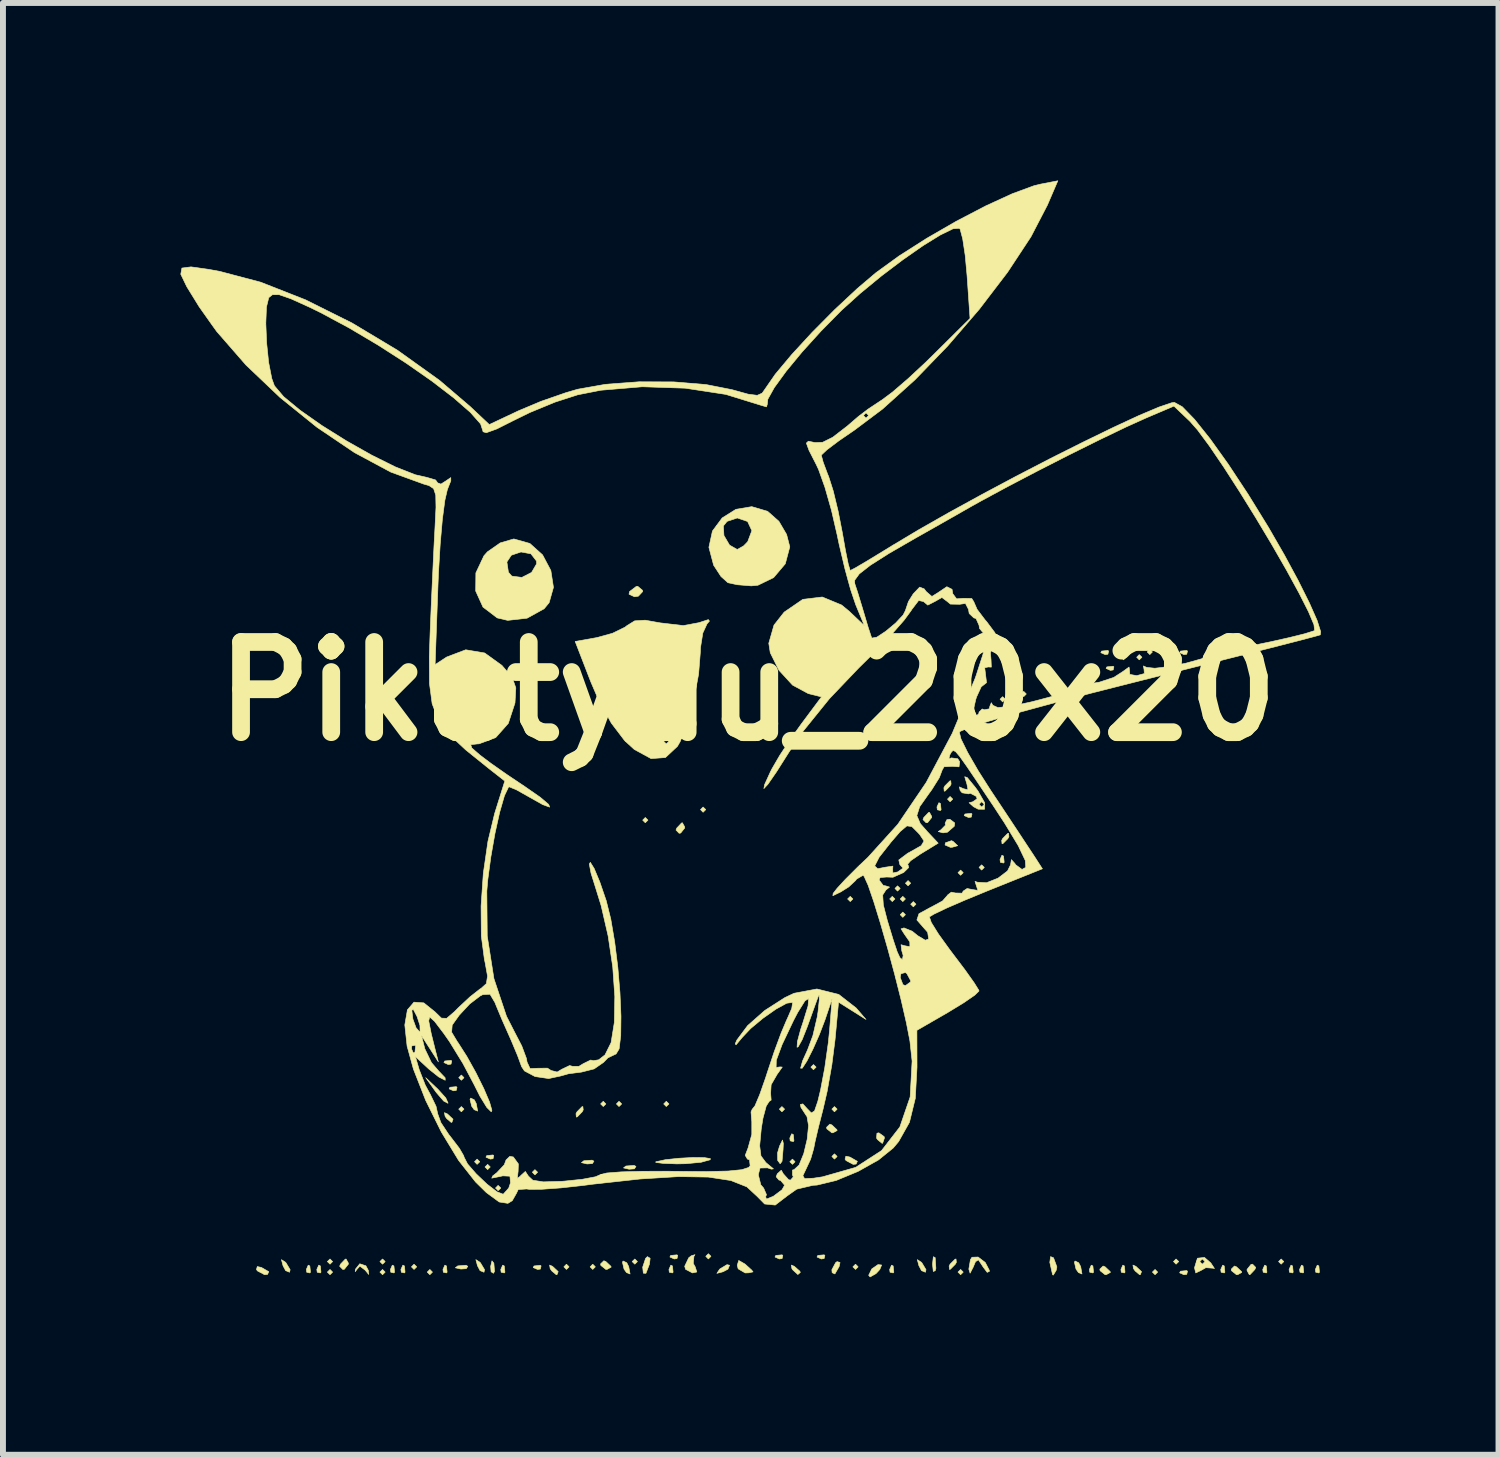
<source format=kicad_pcb>
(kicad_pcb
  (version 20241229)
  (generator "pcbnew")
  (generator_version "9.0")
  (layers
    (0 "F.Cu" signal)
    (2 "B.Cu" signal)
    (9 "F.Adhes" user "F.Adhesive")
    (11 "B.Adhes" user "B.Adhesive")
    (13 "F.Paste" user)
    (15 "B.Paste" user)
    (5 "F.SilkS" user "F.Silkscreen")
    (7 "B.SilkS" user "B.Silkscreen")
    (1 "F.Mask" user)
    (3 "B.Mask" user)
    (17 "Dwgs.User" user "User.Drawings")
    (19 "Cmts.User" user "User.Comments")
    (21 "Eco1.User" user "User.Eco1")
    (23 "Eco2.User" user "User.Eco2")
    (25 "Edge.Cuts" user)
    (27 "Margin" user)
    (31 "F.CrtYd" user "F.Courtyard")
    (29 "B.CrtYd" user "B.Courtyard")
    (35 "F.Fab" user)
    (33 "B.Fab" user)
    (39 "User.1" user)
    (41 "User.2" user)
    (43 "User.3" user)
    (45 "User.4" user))
  (footprint "Pikatyuu_20x20"
    (layer "F.Cu")
    (at 9.587 8.634)
    (property "Reference" "Pikatyuu_20x20" (at 0 0 0) (layer "F.SilkS") (effects (font (size 1.524 1.524) (thickness 0.3))))
    (attr through_hole)
    (fp_poly (pts (xy -7.016 9.636) (xy -7.06 9.68) (xy -7.105 9.636) (xy -7.06 9.592) (xy -7.016 9.636)) (stroke (width 0.01) (type solid)) (fill yes) (layer "F.SilkS"))
    (fp_poly (pts (xy -7.016 9.814) (xy -7.06 9.858) (xy -7.105 9.814) (xy -7.06 9.769) (xy -7.016 9.814)) (stroke (width 0.01) (type solid)) (fill yes) (layer "F.SilkS"))
    (fp_poly (pts (xy -6.128 9.636) (xy -6.172 9.68) (xy -6.217 9.636) (xy -6.172 9.592) (xy -6.128 9.636)) (stroke (width 0.01) (type solid)) (fill yes) (layer "F.SilkS"))
    (fp_poly (pts (xy -6.128 9.814) (xy -6.172 9.858) (xy -6.217 9.814) (xy -6.172 9.769) (xy -6.128 9.814)) (stroke (width 0.01) (type solid)) (fill yes) (layer "F.SilkS"))
    (fp_poly (pts (xy -5.595 9.725) (xy -5.64 9.769) (xy -5.684 9.725) (xy -5.64 9.68) (xy -5.595 9.725)) (stroke (width 0.01) (type solid)) (fill yes) (layer "F.SilkS"))
    (fp_poly (pts (xy -5.329 9.814) (xy -5.373 9.858) (xy -5.417 9.814) (xy -5.373 9.769) (xy -5.329 9.814)) (stroke (width 0.01) (type solid)) (fill yes) (layer "F.SilkS"))
    (fp_poly (pts (xy -4.796 6.528) (xy -4.84 6.572) (xy -4.885 6.528) (xy -4.84 6.483) (xy -4.796 6.528)) (stroke (width 0.01) (type solid)) (fill yes) (layer "F.SilkS"))
    (fp_poly (pts (xy -4.796 7.06) (xy -4.84 7.105) (xy -4.885 7.06) (xy -4.84 7.016) (xy -4.796 7.06)) (stroke (width 0.01) (type solid)) (fill yes) (layer "F.SilkS"))
    (fp_poly (pts (xy -4.529 7.949) (xy -4.574 7.993) (xy -4.618 7.949) (xy -4.574 7.904) (xy -4.529 7.949)) (stroke (width 0.01) (type solid)) (fill yes) (layer "F.SilkS"))
    (fp_poly (pts (xy -4.352 8.037) (xy -4.396 8.082) (xy -4.441 8.037) (xy -4.396 7.993) (xy -4.352 8.037)) (stroke (width 0.01) (type solid)) (fill yes) (layer "F.SilkS"))
    (fp_poly (pts (xy -4.174 8.393) (xy -4.219 8.437) (xy -4.263 8.393) (xy -4.219 8.348) (xy -4.174 8.393)) (stroke (width 0.01) (type solid)) (fill yes) (layer "F.SilkS"))
    (fp_poly (pts (xy -3.552 8.126) (xy -3.597 8.171) (xy -3.641 8.126) (xy -3.597 8.082) (xy -3.552 8.126)) (stroke (width 0.01) (type solid)) (fill yes) (layer "F.SilkS"))
    (fp_poly (pts (xy -3.02 9.725) (xy -3.064 9.769) (xy -3.108 9.725) (xy -3.064 9.68) (xy -3.02 9.725)) (stroke (width 0.01) (type solid)) (fill yes) (layer "F.SilkS"))
    (fp_poly (pts (xy -2.576 9.725) (xy -2.62 9.769) (xy -2.664 9.725) (xy -2.62 9.68) (xy -2.576 9.725)) (stroke (width 0.01) (type solid)) (fill yes) (layer "F.SilkS"))
    (fp_poly (pts (xy -2.398 6.972) (xy -2.442 7.016) (xy -2.487 6.972) (xy -2.442 6.927) (xy -2.398 6.972)) (stroke (width 0.01) (type solid)) (fill yes) (layer "F.SilkS"))
    (fp_poly (pts (xy -2.131 6.972) (xy -2.176 7.016) (xy -2.22 6.972) (xy -2.176 6.927) (xy -2.131 6.972)) (stroke (width 0.01) (type solid)) (fill yes) (layer "F.SilkS"))
    (fp_poly (pts (xy -1.865 9.636) (xy -1.909 9.68) (xy -1.954 9.636) (xy -1.909 9.592) (xy -1.865 9.636)) (stroke (width 0.01) (type solid)) (fill yes) (layer "F.SilkS"))
    (fp_poly (pts (xy -1.687 2.176) (xy -1.732 2.22) (xy -1.776 2.176) (xy -1.732 2.131) (xy -1.687 2.176)) (stroke (width 0.01) (type solid)) (fill yes) (layer "F.SilkS"))
    (fp_poly (pts (xy -1.332 6.972) (xy -1.377 7.016) (xy -1.421 6.972) (xy -1.377 6.927) (xy -1.332 6.972)) (stroke (width 0.01) (type solid)) (fill yes) (layer "F.SilkS"))
    (fp_poly (pts (xy -0.71 1.998) (xy -0.755 2.043) (xy -0.799 1.998) (xy -0.755 1.954) (xy -0.71 1.998)) (stroke (width 0.01) (type solid)) (fill yes) (layer "F.SilkS"))
    (fp_poly (pts (xy -0.622 9.547) (xy -0.666 9.592) (xy -0.71 9.547) (xy -0.666 9.503) (xy -0.622 9.547)) (stroke (width 0.01) (type solid)) (fill yes) (layer "F.SilkS"))
    (fp_poly (pts (xy 0.622 7.06) (xy 0.577 7.105) (xy 0.533 7.06) (xy 0.577 7.016) (xy 0.622 7.06)) (stroke (width 0.01) (type solid)) (fill yes) (layer "F.SilkS"))
    (fp_poly (pts (xy 0.799 7.949) (xy 0.755 7.993) (xy 0.71 7.949) (xy 0.755 7.904) (xy 0.799 7.949)) (stroke (width 0.01) (type solid)) (fill yes) (layer "F.SilkS"))
    (fp_poly (pts (xy 1.155 6.35) (xy 1.11 6.394) (xy 1.066 6.35) (xy 1.11 6.306) (xy 1.155 6.35)) (stroke (width 0.01) (type solid)) (fill yes) (layer "F.SilkS"))
    (fp_poly (pts (xy 1.51 7.06) (xy 1.465 7.105) (xy 1.421 7.06) (xy 1.465 7.016) (xy 1.51 7.06)) (stroke (width 0.01) (type solid)) (fill yes) (layer "F.SilkS"))
    (fp_poly (pts (xy 1.51 7.86) (xy 1.465 7.904) (xy 1.421 7.86) (xy 1.465 7.815) (xy 1.51 7.86)) (stroke (width 0.01) (type solid)) (fill yes) (layer "F.SilkS"))
    (fp_poly (pts (xy 1.776 3.508) (xy 1.732 3.552) (xy 1.687 3.508) (xy 1.732 3.464) (xy 1.776 3.508)) (stroke (width 0.01) (type solid)) (fill yes) (layer "F.SilkS"))
    (fp_poly (pts (xy 1.865 9.725) (xy 1.821 9.769) (xy 1.776 9.725) (xy 1.821 9.68) (xy 1.865 9.725)) (stroke (width 0.01) (type solid)) (fill yes) (layer "F.SilkS"))
    (fp_poly (pts (xy 2.487 3.508) (xy 2.442 3.552) (xy 2.398 3.508) (xy 2.442 3.464) (xy 2.487 3.508)) (stroke (width 0.01) (type solid)) (fill yes) (layer "F.SilkS"))
    (fp_poly (pts (xy 2.576 3.33) (xy 2.531 3.375) (xy 2.487 3.33) (xy 2.531 3.286) (xy 2.576 3.33)) (stroke (width 0.01) (type solid)) (fill yes) (layer "F.SilkS"))
    (fp_poly (pts (xy 2.664 3.508) (xy 2.62 3.552) (xy 2.576 3.508) (xy 2.62 3.464) (xy 2.664 3.508)) (stroke (width 0.01) (type solid)) (fill yes) (layer "F.SilkS"))
    (fp_poly (pts (xy 2.664 3.774) (xy 2.62 3.819) (xy 2.576 3.774) (xy 2.62 3.73) (xy 2.664 3.774)) (stroke (width 0.01) (type solid)) (fill yes) (layer "F.SilkS"))
    (fp_poly (pts (xy 2.753 3.242) (xy 2.709 3.286) (xy 2.664 3.242) (xy 2.709 3.197) (xy 2.753 3.242)) (stroke (width 0.01) (type solid)) (fill yes) (layer "F.SilkS"))
    (fp_poly (pts (xy 2.842 3.597) (xy 2.798 3.641) (xy 2.753 3.597) (xy 2.798 3.552) (xy 2.842 3.597)) (stroke (width 0.01) (type solid)) (fill yes) (layer "F.SilkS"))
    (fp_poly (pts (xy 3.464 1.821) (xy 3.419 1.865) (xy 3.375 1.821) (xy 3.419 1.776) (xy 3.464 1.821)) (stroke (width 0.01) (type solid)) (fill yes) (layer "F.SilkS"))
    (fp_poly (pts (xy 3.641 3.064) (xy 3.597 3.108) (xy 3.552 3.064) (xy 3.597 3.02) (xy 3.641 3.064)) (stroke (width 0.01) (type solid)) (fill yes) (layer "F.SilkS"))
    (fp_poly (pts (xy 3.641 9.814) (xy 3.597 9.858) (xy 3.552 9.814) (xy 3.597 9.769) (xy 3.641 9.814)) (stroke (width 0.01) (type solid)) (fill yes) (layer "F.SilkS"))
    (fp_poly (pts (xy 3.997 2.975) (xy 3.952 3.02) (xy 3.908 2.975) (xy 3.952 2.931) (xy 3.997 2.975)) (stroke (width 0.01) (type solid)) (fill yes) (layer "F.SilkS"))
    (fp_poly (pts (xy 4.352 0.133) (xy 4.307 0.178) (xy 4.263 0.133) (xy 4.307 0.089) (xy 4.352 0.133)) (stroke (width 0.01) (type solid)) (fill yes) (layer "F.SilkS"))
    (fp_poly (pts (xy 4.707 0.044) (xy 4.663 0.089) (xy 4.618 0.044) (xy 4.663 0) (xy 4.707 0.044)) (stroke (width 0.01) (type solid)) (fill yes) (layer "F.SilkS"))
    (fp_poly (pts (xy 5.773 -0.4) (xy 5.728 -0.355) (xy 5.684 -0.4) (xy 5.728 -0.444) (xy 5.773 -0.4)) (stroke (width 0.01) (type solid)) (fill yes) (layer "F.SilkS"))
    (fp_poly (pts (xy 5.95 -0.311) (xy 5.906 -0.266) (xy 5.862 -0.311) (xy 5.906 -0.355) (xy 5.95 -0.311)) (stroke (width 0.01) (type solid)) (fill yes) (layer "F.SilkS"))
    (fp_poly (pts (xy 6.394 -0.577) (xy 6.35 -0.533) (xy 6.306 -0.577) (xy 6.35 -0.622) (xy 6.394 -0.577)) (stroke (width 0.01) (type solid)) (fill yes) (layer "F.SilkS"))
    (fp_poly (pts (xy 6.661 -0.577) (xy 6.616 -0.533) (xy 6.572 -0.577) (xy 6.616 -0.622) (xy 6.661 -0.577)) (stroke (width 0.01) (type solid)) (fill yes) (layer "F.SilkS"))
    (fp_poly (pts (xy 6.838 -0.666) (xy 6.794 -0.622) (xy 6.75 -0.666) (xy 6.794 -0.71) (xy 6.838 -0.666)) (stroke (width 0.01) (type solid)) (fill yes) (layer "F.SilkS"))
    (fp_poly (pts (xy 6.927 9.814) (xy 6.883 9.858) (xy 6.838 9.814) (xy 6.883 9.769) (xy 6.927 9.814)) (stroke (width 0.01) (type solid)) (fill yes) (layer "F.SilkS"))
    (fp_poly (pts (xy 7.283 9.636) (xy 7.238 9.68) (xy 7.194 9.636) (xy 7.238 9.592) (xy 7.283 9.636)) (stroke (width 0.01) (type solid)) (fill yes) (layer "F.SilkS"))
    (fp_poly (pts (xy 9.059 9.636) (xy 9.014 9.68) (xy 8.97 9.636) (xy 9.014 9.592) (xy 9.059 9.636)) (stroke (width 0.01) (type solid)) (fill yes) (layer "F.SilkS"))
    (fp_poly (pts (xy -7.401 9.71) (xy -7.39 9.815) (xy -7.401 9.828) (xy -7.454 9.816) (xy -7.46 9.769) (xy -7.428 9.696) (xy -7.401 9.71)) (stroke (width 0.01) (type solid)) (fill yes) (layer "F.SilkS"))
    (fp_poly (pts (xy -7.223 9.71) (xy -7.213 9.815) (xy -7.223 9.828) (xy -7.276 9.816) (xy -7.283 9.769) (xy -7.25 9.696) (xy -7.223 9.71)) (stroke (width 0.01) (type solid)) (fill yes) (layer "F.SilkS"))
    (fp_poly (pts (xy -5.98 9.71) (xy -5.969 9.815) (xy -5.98 9.828) (xy -6.033 9.816) (xy -6.039 9.769) (xy -6.007 9.696) (xy -5.98 9.71)) (stroke (width 0.01) (type solid)) (fill yes) (layer "F.SilkS"))
    (fp_poly (pts (xy -5.802 9.71) (xy -5.792 9.815) (xy -5.802 9.828) (xy -5.855 9.816) (xy -5.862 9.769) (xy -5.829 9.696) (xy -5.802 9.71)) (stroke (width 0.01) (type solid)) (fill yes) (layer "F.SilkS"))
    (fp_poly (pts (xy -5.092 9.71) (xy -5.081 9.815) (xy -5.092 9.828) (xy -5.145 9.816) (xy -5.151 9.769) (xy -5.119 9.696) (xy -5.092 9.71)) (stroke (width 0.01) (type solid)) (fill yes) (layer "F.SilkS"))
    (fp_poly (pts (xy -5.003 6.246) (xy -5.015 6.299) (xy -5.062 6.306) (xy -5.135 6.273) (xy -5.121 6.246) (xy -5.016 6.236) (xy -5.003 6.246)) (stroke (width 0.01) (type solid)) (fill yes) (layer "F.SilkS"))
    (fp_poly (pts (xy -4.914 6.69) (xy -4.926 6.743) (xy -4.973 6.75) (xy -5.047 6.717) (xy -5.033 6.69) (xy -4.927 6.68) (xy -4.914 6.69)) (stroke (width 0.01) (type solid)) (fill yes) (layer "F.SilkS"))
    (fp_poly (pts (xy -4.731 9.716) (xy -4.758 9.756) (xy -4.848 9.762) (xy -4.942 9.741) (xy -4.901 9.709) (xy -4.762 9.698) (xy -4.731 9.716)) (stroke (width 0.01) (type solid)) (fill yes) (layer "F.SilkS"))
    (fp_poly (pts (xy -4.293 7.845) (xy -4.305 7.898) (xy -4.352 7.904) (xy -4.425 7.872) (xy -4.411 7.845) (xy -4.306 7.834) (xy -4.293 7.845)) (stroke (width 0.01) (type solid)) (fill yes) (layer "F.SilkS"))
    (fp_poly (pts (xy -4.291 9.664) (xy -4.28 9.803) (xy -4.298 9.834) (xy -4.338 9.808) (xy -4.345 9.717) (xy -4.323 9.623) (xy -4.291 9.664)) (stroke (width 0.01) (type solid)) (fill yes) (layer "F.SilkS"))
    (fp_poly (pts (xy -4.115 9.71) (xy -4.104 9.815) (xy -4.115 9.828) (xy -4.168 9.816) (xy -4.174 9.769) (xy -4.142 9.696) (xy -4.115 9.71)) (stroke (width 0.01) (type solid)) (fill yes) (layer "F.SilkS"))
    (fp_poly (pts (xy -3.493 9.71) (xy -3.505 9.763) (xy -3.552 9.769) (xy -3.626 9.737) (xy -3.612 9.71) (xy -3.506 9.699) (xy -3.493 9.71)) (stroke (width 0.01) (type solid)) (fill yes) (layer "F.SilkS"))
    (fp_poly (pts (xy -2.6 7.939) (xy -2.626 7.98) (xy -2.716 7.986) (xy -2.811 7.964) (xy -2.77 7.932) (xy -2.631 7.922) (xy -2.6 7.939)) (stroke (width 0.01) (type solid)) (fill yes) (layer "F.SilkS"))
    (fp_poly (pts (xy -1.889 8.028) (xy -1.916 8.069) (xy -2.006 8.075) (xy -2.1 8.053) (xy -2.059 8.021) (xy -1.921 8.011) (xy -1.889 8.028)) (stroke (width 0.01) (type solid)) (fill yes) (layer "F.SilkS"))
    (fp_poly (pts (xy -1.273 9.71) (xy -1.262 9.815) (xy -1.273 9.828) (xy -1.326 9.816) (xy -1.332 9.769) (xy -1.3 9.696) (xy -1.273 9.71)) (stroke (width 0.01) (type solid)) (fill yes) (layer "F.SilkS"))
    (fp_poly (pts (xy -1.184 9.532) (xy -1.196 9.585) (xy -1.243 9.592) (xy -1.316 9.559) (xy -1.303 9.532) (xy -1.197 9.522) (xy -1.184 9.532)) (stroke (width 0.01) (type solid)) (fill yes) (layer "F.SilkS"))
    (fp_poly (pts (xy 0.592 9.532) (xy 0.58 9.585) (xy 0.533 9.592) (xy 0.46 9.559) (xy 0.474 9.532) (xy 0.579 9.522) (xy 0.592 9.532)) (stroke (width 0.01) (type solid)) (fill yes) (layer "F.SilkS"))
    (fp_poly (pts (xy 0.77 7.49) (xy 0.78 7.595) (xy 0.77 7.608) (xy 0.717 7.596) (xy 0.71 7.549) (xy 0.743 7.476) (xy 0.77 7.49)) (stroke (width 0.01) (type solid)) (fill yes) (layer "F.SilkS"))
    (fp_poly (pts (xy 1.303 9.532) (xy 1.29 9.585) (xy 1.243 9.592) (xy 1.17 9.559) (xy 1.184 9.532) (xy 1.29 9.522) (xy 1.303 9.532)) (stroke (width 0.01) (type solid)) (fill yes) (layer "F.SilkS"))
    (fp_poly (pts (xy 2.457 9.71) (xy 2.468 9.815) (xy 2.457 9.828) (xy 2.404 9.816) (xy 2.398 9.769) (xy 2.43 9.696) (xy 2.457 9.71)) (stroke (width 0.01) (type solid)) (fill yes) (layer "F.SilkS"))
    (fp_poly (pts (xy 3.167 9.569) (xy 3.179 9.751) (xy 3.167 9.791) (xy 3.135 9.803) (xy 3.122 9.68) (xy 3.136 9.554) (xy 3.167 9.569)) (stroke (width 0.01) (type solid)) (fill yes) (layer "F.SilkS"))
    (fp_poly (pts (xy 3.256 1.895) (xy 3.267 2) (xy 3.256 2.013) (xy 3.204 2.001) (xy 3.197 1.954) (xy 3.23 1.881) (xy 3.256 1.895)) (stroke (width 0.01) (type solid)) (fill yes) (layer "F.SilkS"))
    (fp_poly (pts (xy 3.789 2.072) (xy 3.777 2.125) (xy 3.73 2.131) (xy 3.657 2.099) (xy 3.671 2.072) (xy 3.776 2.062) (xy 3.789 2.072)) (stroke (width 0.01) (type solid)) (fill yes) (layer "F.SilkS"))
    (fp_poly (pts (xy 4.322 2.783) (xy 4.333 2.888) (xy 4.322 2.901) (xy 4.269 2.889) (xy 4.263 2.842) (xy 4.295 2.769) (xy 4.322 2.783)) (stroke (width 0.01) (type solid)) (fill yes) (layer "F.SilkS"))
    (fp_poly (pts (xy 5.832 9.71) (xy 5.843 9.815) (xy 5.832 9.828) (xy 5.779 9.816) (xy 5.773 9.769) (xy 5.805 9.696) (xy 5.832 9.71)) (stroke (width 0.01) (type solid)) (fill yes) (layer "F.SilkS"))
    (fp_poly (pts (xy 6.098 -0.681) (xy 6.086 -0.628) (xy 6.039 -0.622) (xy 5.966 -0.654) (xy 5.98 -0.681) (xy 6.085 -0.692) (xy 6.098 -0.681)) (stroke (width 0.01) (type solid)) (fill yes) (layer "F.SilkS"))
    (fp_poly (pts (xy 6.187 -0.414) (xy 6.175 -0.362) (xy 6.128 -0.355) (xy 6.055 -0.388) (xy 6.069 -0.414) (xy 6.174 -0.425) (xy 6.187 -0.414)) (stroke (width 0.01) (type solid)) (fill yes) (layer "F.SilkS"))
    (fp_poly (pts (xy 6.365 9.71) (xy 6.375 9.815) (xy 6.365 9.828) (xy 6.312 9.816) (xy 6.306 9.769) (xy 6.338 9.696) (xy 6.365 9.71)) (stroke (width 0.01) (type solid)) (fill yes) (layer "F.SilkS"))
    (fp_poly (pts (xy 7.431 -0.681) (xy 7.418 -0.628) (xy 7.371 -0.622) (xy 7.298 -0.654) (xy 7.312 -0.681) (xy 7.418 -0.692) (xy 7.431 -0.681)) (stroke (width 0.01) (type solid)) (fill yes) (layer "F.SilkS"))
    (fp_poly (pts (xy 7.431 9.799) (xy 7.418 9.852) (xy 7.371 9.858) (xy 7.298 9.826) (xy 7.312 9.799) (xy 7.418 9.788) (xy 7.431 9.799)) (stroke (width 0.01) (type solid)) (fill yes) (layer "F.SilkS"))
    (fp_poly (pts (xy 8.052 9.71) (xy 8.063 9.815) (xy 8.052 9.828) (xy 7.999 9.816) (xy 7.993 9.769) (xy 8.026 9.696) (xy 8.052 9.71)) (stroke (width 0.01) (type solid)) (fill yes) (layer "F.SilkS"))
    (fp_poly (pts (xy 8.763 9.71) (xy 8.773 9.815) (xy 8.763 9.828) (xy 8.71 9.816) (xy 8.703 9.769) (xy 8.736 9.696) (xy 8.763 9.71)) (stroke (width 0.01) (type solid)) (fill yes) (layer "F.SilkS"))
    (fp_poly (pts (xy 9.207 9.71) (xy 9.217 9.815) (xy 9.207 9.828) (xy 9.154 9.816) (xy 9.148 9.769) (xy 9.18 9.696) (xy 9.207 9.71)) (stroke (width 0.01) (type solid)) (fill yes) (layer "F.SilkS"))
    (fp_poly (pts (xy 9.384 9.71) (xy 9.395 9.815) (xy 9.384 9.828) (xy 9.332 9.816) (xy 9.325 9.769) (xy 9.358 9.696) (xy 9.384 9.71)) (stroke (width 0.01) (type solid)) (fill yes) (layer "F.SilkS"))
    (fp_poly (pts (xy 9.651 9.71) (xy 9.661 9.815) (xy 9.651 9.828) (xy 9.598 9.816) (xy 9.592 9.769) (xy 9.624 9.696) (xy 9.651 9.71)) (stroke (width 0.01) (type solid)) (fill yes) (layer "F.SilkS"))
    (fp_poly (pts (xy -8.22 9.735) (xy -8.095 9.807) (xy -8.116 9.853) (xy -8.165 9.858) (xy -8.286 9.794) (xy -8.303 9.77) (xy -8.289 9.72) (xy -8.22 9.735)) (stroke (width 0.01) (type solid)) (fill yes) (layer "F.SilkS"))
    (fp_poly (pts (xy -7.816 9.645) (xy -7.804 9.657) (xy -7.734 9.773) (xy -7.744 9.816) (xy -7.81 9.789) (xy -7.854 9.706) (xy -7.881 9.603) (xy -7.816 9.645)) (stroke (width 0.01) (type solid)) (fill yes) (layer "F.SilkS"))
    (fp_poly (pts (xy -5.076 7.141) (xy -4.981 7.23) (xy -5 7.282) (xy -5.013 7.283) (xy -5.088 7.219) (xy -5.115 7.18) (xy -5.126 7.119) (xy -5.076 7.141)) (stroke (width 0.01) (type solid)) (fill yes) (layer "F.SilkS"))
    (fp_poly (pts (xy -4.621 6.903) (xy -4.588 6.968) (xy -4.565 7.093) (xy -4.624 7.069) (xy -4.666 7.01) (xy -4.694 6.894) (xy -4.682 6.873) (xy -4.621 6.903)) (stroke (width 0.01) (type solid)) (fill yes) (layer "F.SilkS"))
    (fp_poly (pts (xy -4.53 9.645) (xy -4.518 9.657) (xy -4.448 9.773) (xy -4.458 9.816) (xy -4.524 9.789) (xy -4.568 9.706) (xy -4.595 9.603) (xy -4.53 9.645)) (stroke (width 0.01) (type solid)) (fill yes) (layer "F.SilkS"))
    (fp_poly (pts (xy -3.3 9.716) (xy -3.204 9.806) (xy -3.224 9.857) (xy -3.236 9.858) (xy -3.311 9.795) (xy -3.339 9.756) (xy -3.349 9.695) (xy -3.3 9.716)) (stroke (width 0.01) (type solid)) (fill yes) (layer "F.SilkS"))
    (fp_poly (pts (xy -2.045 9.656) (xy -2.012 9.721) (xy -1.989 9.846) (xy -2.049 9.822) (xy -2.091 9.763) (xy -2.118 9.647) (xy -2.107 9.626) (xy -2.045 9.656)) (stroke (width 0.01) (type solid)) (fill yes) (layer "F.SilkS"))
    (fp_poly (pts (xy -1.65 9.581) (xy -1.662 9.68) (xy -1.721 9.834) (xy -1.765 9.832) (xy -1.776 9.73) (xy -1.727 9.582) (xy -1.696 9.552) (xy -1.65 9.581)) (stroke (width 0.01) (type solid)) (fill yes) (layer "F.SilkS"))
    (fp_poly (pts (xy -0.308 9.698) (xy -0.335 9.764) (xy -0.418 9.808) (xy -0.522 9.835) (xy -0.479 9.77) (xy -0.468 9.758) (xy -0.351 9.688) (xy -0.308 9.698)) (stroke (width 0.01) (type solid)) (fill yes) (layer "F.SilkS"))
    (fp_poly (pts (xy 0.786 9.716) (xy 0.88 9.799) (xy 0.888 9.819) (xy 0.846 9.855) (xy 0.758 9.774) (xy 0.746 9.756) (xy 0.736 9.695) (xy 0.786 9.716)) (stroke (width 0.01) (type solid)) (fill yes) (layer "F.SilkS"))
    (fp_poly (pts (xy 1.559 9.651) (xy 1.544 9.72) (xy 1.472 9.845) (xy 1.426 9.824) (xy 1.421 9.774) (xy 1.485 9.654) (xy 1.509 9.637) (xy 1.559 9.651)) (stroke (width 0.01) (type solid)) (fill yes) (layer "F.SilkS"))
    (fp_poly (pts (xy 1.727 7.87) (xy 1.852 7.942) (xy 1.831 7.988) (xy 1.781 7.993) (xy 1.661 7.929) (xy 1.644 7.905) (xy 1.658 7.855) (xy 1.727 7.87)) (stroke (width 0.01) (type solid)) (fill yes) (layer "F.SilkS"))
    (fp_poly (pts (xy 2.262 9.694) (xy 2.231 9.77) (xy 2.167 9.839) (xy 2.067 9.896) (xy 2.043 9.867) (xy 2.096 9.76) (xy 2.201 9.687) (xy 2.262 9.694)) (stroke (width 0.01) (type solid)) (fill yes) (layer "F.SilkS"))
    (fp_poly (pts (xy 2.93 9.645) (xy 2.942 9.657) (xy 3.012 9.773) (xy 3.002 9.816) (xy 2.936 9.789) (xy 2.892 9.706) (xy 2.865 9.603) (xy 2.93 9.645)) (stroke (width 0.01) (type solid)) (fill yes) (layer "F.SilkS"))
    (fp_poly (pts (xy 3.47 2.535) (xy 3.547 2.608) (xy 3.456 2.634) (xy 3.423 2.635) (xy 3.334 2.596) (xy 3.34 2.559) (xy 3.443 2.523) (xy 3.47 2.535)) (stroke (width 0.01) (type solid)) (fill yes) (layer "F.SilkS"))
    (fp_poly (pts (xy 5.167 9.572) (xy 5.224 9.726) (xy 5.212 9.784) (xy 5.163 9.865) (xy 5.151 9.858) (xy 5.104 9.649) (xy 5.117 9.552) (xy 5.167 9.572)) (stroke (width 0.01) (type solid)) (fill yes) (layer "F.SilkS"))
    (fp_poly (pts (xy 5.592 9.656) (xy 5.626 9.721) (xy 5.648 9.846) (xy 5.589 9.822) (xy 5.547 9.763) (xy 5.52 9.647) (xy 5.531 9.626) (xy 5.592 9.656)) (stroke (width 0.01) (type solid)) (fill yes) (layer "F.SilkS"))
    (fp_poly (pts (xy 6.558 9.716) (xy 6.654 9.806) (xy 6.634 9.857) (xy 6.622 9.858) (xy 6.547 9.795) (xy 6.519 9.756) (xy 6.509 9.695) (xy 6.558 9.716)) (stroke (width 0.01) (type solid)) (fill yes) (layer "F.SilkS"))
    (fp_poly (pts (xy -6.751 9.66) (xy -6.75 9.68) (xy -6.818 9.766) (xy -6.844 9.769) (xy -6.897 9.715) (xy -6.883 9.68) (xy -6.803 9.596) (xy -6.789 9.592) (xy -6.751 9.66)) (stroke (width 0.01) (type solid)) (fill yes) (layer "F.SilkS"))
    (fp_poly (pts (xy -5.235 6.725) (xy -5.104 6.87) (xy -5.065 6.957) (xy -5.067 6.961) (xy -5.139 6.923) (xy -5.261 6.782) (xy -5.275 6.763) (xy -5.443 6.528) (xy -5.235 6.725)) (stroke (width 0.01) (type solid)) (fill yes) (layer "F.SilkS"))
    (fp_poly (pts (xy -2.781 7.073) (xy -2.798 7.105) (xy -2.881 7.19) (xy -2.897 7.194) (xy -2.903 7.136) (xy -2.886 7.105) (xy -2.803 7.02) (xy -2.787 7.016) (xy -2.781 7.073)) (stroke (width 0.01) (type solid)) (fill yes) (layer "F.SilkS"))
    (fp_poly (pts (xy -2.398 9.636) (xy -2.313 9.716) (xy -2.309 9.73) (xy -2.378 9.768) (xy -2.398 9.769) (xy -2.483 9.701) (xy -2.487 9.675) (xy -2.432 9.622) (xy -2.398 9.636)) (stroke (width 0.01) (type solid)) (fill yes) (layer "F.SilkS"))
    (fp_poly (pts (xy -1.779 -1.708) (xy -1.776 -1.687) (xy -1.849 -1.609) (xy -1.915 -1.599) (xy -2.007 -1.642) (xy -1.998 -1.687) (xy -1.885 -1.773) (xy -1.86 -1.776) (xy -1.779 -1.708)) (stroke (width 0.01) (type solid)) (fill yes) (layer "F.SilkS"))
    (fp_poly (pts (xy -1.067 2.289) (xy -1.066 2.309) (xy -1.134 2.394) (xy -1.16 2.398) (xy -1.213 2.343) (xy -1.199 2.309) (xy -1.119 2.224) (xy -1.105 2.22) (xy -1.067 2.289)) (stroke (width 0.01) (type solid)) (fill yes) (layer "F.SilkS"))
    (fp_poly (pts (xy 0.601 7.639) (xy 0.596 7.749) (xy 0.579 7.942) (xy 0.547 7.983) (xy 0.505 7.926) (xy 0.503 7.799) (xy 0.538 7.682) (xy 0.587 7.582) (xy 0.601 7.639)) (stroke (width 0.01) (type solid)) (fill yes) (layer "F.SilkS"))
    (fp_poly (pts (xy 1.421 7.327) (xy 1.506 7.407) (xy 1.51 7.421) (xy 1.441 7.459) (xy 1.421 7.46) (xy 1.336 7.392) (xy 1.332 7.366) (xy 1.387 7.313) (xy 1.421 7.327)) (stroke (width 0.01) (type solid)) (fill yes) (layer "F.SilkS"))
    (fp_poly (pts (xy 2.305 7.525) (xy 2.309 7.549) (xy 2.279 7.635) (xy 2.27 7.638) (xy 2.194 7.576) (xy 2.176 7.549) (xy 2.183 7.467) (xy 2.215 7.46) (xy 2.305 7.525)) (stroke (width 0.01) (type solid)) (fill yes) (layer "F.SilkS"))
    (fp_poly (pts (xy 3.107 2.111) (xy 3.108 2.131) (xy 3.04 2.217) (xy 3.014 2.22) (xy 2.961 2.166) (xy 2.975 2.131) (xy 3.055 2.047) (xy 3.069 2.043) (xy 3.107 2.111)) (stroke (width 0.01) (type solid)) (fill yes) (layer "F.SilkS"))
    (fp_poly (pts (xy 3.436 1.567) (xy 3.419 1.599) (xy 3.336 1.683) (xy 3.32 1.687) (xy 3.314 1.63) (xy 3.33 1.599) (xy 3.414 1.514) (xy 3.43 1.51) (xy 3.436 1.567)) (stroke (width 0.01) (type solid)) (fill yes) (layer "F.SilkS"))
    (fp_poly (pts (xy 3.525 9.649) (xy 3.508 9.68) (xy 3.424 9.765) (xy 3.409 9.769) (xy 3.403 9.712) (xy 3.419 9.68) (xy 3.503 9.596) (xy 3.519 9.592) (xy 3.525 9.649)) (stroke (width 0.01) (type solid)) (fill yes) (layer "F.SilkS"))
    (fp_poly (pts (xy 4.413 2.455) (xy 4.396 2.487) (xy 4.312 2.572) (xy 4.297 2.576) (xy 4.291 2.518) (xy 4.307 2.487) (xy 4.391 2.402) (xy 4.407 2.398) (xy 4.413 2.455)) (stroke (width 0.01) (type solid)) (fill yes) (layer "F.SilkS"))
    (fp_poly (pts (xy 6.039 9.725) (xy 6.124 9.805) (xy 6.128 9.819) (xy 6.059 9.857) (xy 6.039 9.858) (xy 5.954 9.79) (xy 5.95 9.764) (xy 6.005 9.711) (xy 6.039 9.725)) (stroke (width 0.01) (type solid)) (fill yes) (layer "F.SilkS"))
    (fp_poly (pts (xy 7.166 -0.564) (xy 7.149 -0.533) (xy 7.066 -0.448) (xy 7.05 -0.444) (xy 7.044 -0.501) (xy 7.06 -0.533) (xy 7.144 -0.618) (xy 7.16 -0.622) (xy 7.166 -0.564)) (stroke (width 0.01) (type solid)) (fill yes) (layer "F.SilkS"))
    (fp_poly (pts (xy 8.259 9.725) (xy 8.344 9.805) (xy 8.348 9.819) (xy 8.28 9.857) (xy 8.259 9.858) (xy 8.174 9.79) (xy 8.171 9.764) (xy 8.225 9.711) (xy 8.259 9.725)) (stroke (width 0.01) (type solid)) (fill yes) (layer "F.SilkS"))
    (fp_poly (pts (xy 8.584 9.735) (xy 8.57 9.769) (xy 8.49 9.854) (xy 8.476 9.858) (xy 8.438 9.789) (xy 8.437 9.769) (xy 8.505 9.684) (xy 8.531 9.68) (xy 8.584 9.735)) (stroke (width 0.01) (type solid)) (fill yes) (layer "F.SilkS"))
    (fp_poly (pts (xy -6.454 9.707) (xy -6.412 9.785) (xy -6.406 9.854) (xy -6.466 9.781) (xy -6.555 9.713) (xy -6.599 9.761) (xy -6.634 9.807) (xy -6.63 9.765) (xy -6.557 9.673) (xy -6.454 9.707)) (stroke (width 0.01) (type solid)) (fill yes) (layer "F.SilkS"))
    (fp_poly (pts (xy -0.053 9.674) (xy -0.044 9.68) (xy 0.066 9.78) (xy 0.089 9.81) (xy 0.016 9.826) (xy -0.044 9.828) (xy -0.162 9.759) (xy -0.178 9.699) (xy -0.153 9.617) (xy -0.053 9.674)) (stroke (width 0.01) (type solid)) (fill yes) (layer "F.SilkS"))
    (fp_poly (pts (xy -0.91 9.547) (xy -0.921 9.668) (xy -0.889 9.724) (xy -0.861 9.812) (xy -0.934 9.828) (xy -1.051 9.767) (xy -1.066 9.715) (xy -0.998 9.572) (xy -0.955 9.538) (xy -0.892 9.519) (xy -0.91 9.547)) (stroke (width 0.01) (type solid)) (fill yes) (layer "F.SilkS"))
    (fp_poly (pts (xy 3.497 2.223) (xy 3.49 2.279) (xy 3.374 2.38) (xy 3.299 2.391) (xy 3.219 2.369) (xy 3.264 2.339) (xy 3.342 2.26) (xy 3.335 2.227) (xy 3.365 2.168) (xy 3.415 2.161) (xy 3.497 2.223)) (stroke (width 0.01) (type solid)) (fill yes) (layer "F.SilkS"))
    (fp_poly (pts (xy -0.733 7.879) (xy -0.631 7.896) (xy -0.636 7.915) (xy -0.79 7.958) (xy -1.048 7.982) (xy -1.199 7.985) (xy -1.432 7.976) (xy -1.554 7.961) (xy -1.554 7.949) (xy -1.391 7.914) (xy -1.165 7.89) (xy -0.928 7.877) (xy -0.733 7.879)) (stroke (width 0.01) (type solid)) (fill yes) (layer "F.SilkS"))
    (fp_poly (pts (xy 4.013 9.651) (xy 4.081 9.781) (xy 4.083 9.802) (xy 4.046 9.818) (xy 3.979 9.729) (xy 3.898 9.606) (xy 3.848 9.638) (xy 3.81 9.729) (xy 3.757 9.832) (xy 3.737 9.768) (xy 3.736 9.762) (xy 3.763 9.603) (xy 3.789 9.563) (xy 3.892 9.559) (xy 4.013 9.651)) (stroke (width 0.01) (type solid)) (fill yes) (layer "F.SilkS"))
    (fp_poly (pts (xy 7.825 9.659) (xy 7.887 9.753) (xy 7.865 9.748) (xy 7.741 9.739) (xy 7.668 9.781) (xy 7.571 9.828) (xy 7.549 9.741) (xy 7.581 9.636) (xy 7.638 9.636) (xy 7.682 9.68) (xy 7.727 9.636) (xy 7.682 9.592) (xy 7.638 9.636) (xy 7.581 9.636) (xy 7.599 9.579) (xy 7.718 9.566) (xy 7.825 9.659)) (stroke (width 0.01) (type solid)) (fill yes) (layer "F.SilkS"))
    (fp_poly (pts (xy 3.709 1.456) (xy 3.838 1.613) (xy 3.89 1.683) (xy 4.003 1.881) (xy 4.002 1.992) (xy 3.893 1.991) (xy 3.815 1.949) (xy 3.77 1.909) (xy 3.908 1.909) (xy 3.952 1.954) (xy 3.997 1.909) (xy 3.952 1.865) (xy 3.908 1.909) (xy 3.77 1.909) (xy 3.74 1.882) (xy 3.802 1.866) (xy 3.875 1.815) (xy 3.862 1.775) (xy 3.76 1.721) (xy 3.73 1.732) (xy 3.623 1.714) (xy 3.589 1.675) (xy 3.576 1.614) (xy 3.643 1.644) (xy 3.722 1.664) (xy 3.704 1.569) (xy 3.666 1.442) (xy 3.709 1.456)) (stroke (width 0.01) (type solid)) (fill yes) (layer "F.SilkS"))
    (fp_poly (pts (xy -3.683 -2.5) (xy -3.468 -2.307) (xy -3.328 -2.043) (xy -3.284 -1.758) (xy -3.357 -1.499) (xy -3.441 -1.397) (xy -3.729 -1.237) (xy -4.057 -1.2) (xy -4.235 -1.242) (xy -4.475 -1.425) (xy -4.598 -1.696) (xy -4.595 -2.002) (xy -4.508 -2.187) (xy -4.071 -2.187) (xy -4.045 -2.014) (xy -3.988 -1.948) (xy -3.818 -1.926) (xy -3.654 -2.01) (xy -3.569 -2.155) (xy -3.571 -2.204) (xy -3.665 -2.325) (xy -3.833 -2.356) (xy -3.996 -2.301) (xy -4.071 -2.187) (xy -4.508 -2.187) (xy -4.459 -2.291) (xy -4.4 -2.358) (xy -4.184 -2.509) (xy -3.96 -2.575) (xy -3.952 -2.576) (xy -3.683 -2.5)) (stroke (width 0.01) (type solid)) (fill yes) (layer "F.SilkS"))
    (fp_poly (pts (xy 0.335 -3.043) (xy 0.526 -2.874) (xy 0.656 -2.652) (xy 0.71 -2.443) (xy 0.71 -2.442) (xy 0.634 -2.156) (xy 0.437 -1.923) (xy 0.172 -1.794) (xy 0.06 -1.783) (xy -0.175 -1.802) (xy -0.335 -1.836) (xy -0.453 -1.942) (xy -0.577 -2.132) (xy -0.657 -2.435) (xy -0.597 -2.71) (xy -0.533 -2.796) (xy -0.412 -2.796) (xy -0.403 -2.634) (xy -0.308 -2.472) (xy -0.178 -2.398) (xy -0.178 -2.398) (xy -0.071 -2.458) (xy -0.001 -2.53) (xy 0.069 -2.716) (xy -0.003 -2.871) (xy -0.178 -2.931) (xy -0.35 -2.873) (xy -0.412 -2.796) (xy -0.533 -2.796) (xy -0.433 -2.931) (xy -0.2 -3.077) (xy 0.068 -3.122) (xy 0.335 -3.043)) (stroke (width 0.01) (type solid)) (fill yes) (layer "F.SilkS"))
    (fp_poly (pts (xy -0.648 -1.188) (xy -0.688 -1.142) (xy -0.76 -0.986) (xy -0.799 -0.739) (xy -0.801 -0.671) (xy -0.831 -0.293) (xy -0.909 0.131) (xy -1.019 0.534) (xy -1.144 0.851) (xy -1.189 0.929) (xy -1.391 1.118) (xy -1.634 1.136) (xy -1.917 0.982) (xy -2.068 0.844) (xy -1.421 0.844) (xy -1.377 0.888) (xy -1.332 0.844) (xy -1.377 0.799) (xy -1.421 0.844) (xy -2.068 0.844) (xy -2.081 0.832) (xy -2.306 0.536) (xy -2.529 0.127) (xy -2.655 -0.167) (xy -2.917 -0.844) (xy -2.556 -0.908) (xy -2.286 -0.982) (xy -2.073 -1.086) (xy -2.042 -1.111) (xy -1.911 -1.192) (xy -1.734 -1.203) (xy -1.482 -1.158) (xy -1.09 -1.112) (xy -0.826 -1.161) (xy -0.666 -1.213) (xy -0.648 -1.188)) (stroke (width 0.01) (type solid)) (fill yes) (layer "F.SilkS"))
    (fp_poly (pts (xy 5.063 -8.217) (xy 4.785 -7.682) (xy 4.391 -7.084) (xy 3.912 -6.457) (xy 3.38 -5.839) (xy 2.825 -5.265) (xy 2.278 -4.772) (xy 1.805 -4.417) (xy 1.537 -4.233) (xy 1.338 -4.083) (xy 1.246 -3.996) (xy 1.243 -3.989) (xy 1.274 -3.874) (xy 1.35 -3.67) (xy 1.367 -3.63) (xy 1.444 -3.388) (xy 1.527 -3.046) (xy 1.597 -2.687) (xy 1.652 -2.376) (xy 1.699 -2.147) (xy 1.73 -2.045) (xy 1.733 -2.043) (xy 1.816 -2.086) (xy 2.015 -2.203) (xy 2.294 -2.373) (xy 2.457 -2.473) (xy 2.894 -2.734) (xy 3.402 -3.023) (xy 3.958 -3.328) (xy 4.538 -3.637) (xy 5.117 -3.937) (xy 5.672 -4.215) (xy 6.178 -4.461) (xy 6.611 -4.662) (xy 6.947 -4.804) (xy 7.162 -4.877) (xy 7.209 -4.884) (xy 7.343 -4.81) (xy 7.549 -4.598) (xy 7.813 -4.268) (xy 8.12 -3.839) (xy 8.457 -3.328) (xy 8.799 -2.773) (xy 9.067 -2.308) (xy 9.302 -1.873) (xy 9.491 -1.494) (xy 9.622 -1.198) (xy 9.682 -1.009) (xy 9.675 -0.955) (xy 9.583 -0.929) (xy 9.338 -0.864) (xy 8.961 -0.767) (xy 8.47 -0.642) (xy 7.887 -0.495) (xy 7.231 -0.33) (xy 6.628 -0.179) (xy 5.82 0.026) (xy 5.116 0.211) (xy 4.528 0.371) (xy 4.07 0.505) (xy 3.754 0.607) (xy 3.593 0.674) (xy 3.575 0.69) (xy 3.604 0.806) (xy 3.717 1.034) (xy 3.894 1.341) (xy 4.103 1.669) (xy 4.347 2.036) (xy 4.568 2.37) (xy 4.74 2.631) (xy 4.828 2.764) (xy 4.979 2.998) (xy 4.043 3.374) (xy 3.667 3.529) (xy 3.356 3.664) (xy 3.145 3.765) (xy 3.069 3.811) (xy 3.101 3.905) (xy 3.222 4.1) (xy 3.408 4.358) (xy 3.469 4.439) (xy 3.673 4.709) (xy 3.827 4.926) (xy 3.904 5.05) (xy 3.908 5.063) (xy 3.837 5.133) (xy 3.65 5.262) (xy 3.389 5.421) (xy 3.383 5.425) (xy 2.858 5.728) (xy 2.86 6.35) (xy 2.831 6.878) (xy 2.732 7.283) (xy 2.55 7.607) (xy 2.459 7.716) (xy 2.208 7.919) (xy 1.864 8.112) (xy 1.494 8.265) (xy 1.171 8.343) (xy 1.102 8.347) (xy 0.827 8.412) (xy 0.666 8.526) (xy 0.464 8.681) (xy 0.285 8.663) (xy 0.156 8.532) (xy -0.016 8.373) (xy -0.286 8.266) (xy -0.666 8.208) (xy -1.171 8.2) (xy -1.817 8.24) (xy -2.617 8.328) (xy -2.785 8.35) (xy -3.158 8.391) (xy -3.478 8.414) (xy -3.694 8.415) (xy -3.739 8.409) (xy -3.88 8.419) (xy -3.908 8.48) (xy -3.98 8.607) (xy -4.054 8.652) (xy -4.201 8.629) (xy -4.419 8.469) (xy -4.6 8.291) (xy -4.887 7.926) (xy -5.178 7.447) (xy -5.443 6.912) (xy -5.651 6.381) (xy -5.745 6.039) (xy -5.684 6.039) (xy -5.651 6.112) (xy -5.625 6.098) (xy -5.614 5.993) (xy -5.625 5.98) (xy -5.678 5.992) (xy -5.684 6.039) (xy -5.745 6.039) (xy -5.757 5.998) (xy -5.796 5.637) (xy -5.753 5.388) (xy -5.678 5.388) (xy -5.659 5.539) (xy -5.606 5.684) (xy -5.549 5.75) (xy -5.538 5.745) (xy -5.54 5.646) (xy -5.588 5.497) (xy -5.651 5.376) (xy -5.678 5.388) (xy -5.753 5.388) (xy -5.752 5.382) (xy -5.641 5.252) (xy -5.475 5.264) (xy -5.287 5.415) (xy -5.177 5.522) (xy -5.088 5.525) (xy -4.958 5.414) (xy -4.893 5.348) (xy -4.695 5.163) (xy -4.523 5.028) (xy -4.506 5.018) (xy -4.418 4.939) (xy -4.398 4.811) (xy -4.44 4.578) (xy -4.451 4.529) (xy -4.503 4.133) (xy -4.507 3.627) (xy -4.469 3.074) (xy -4.391 2.534) (xy -4.279 2.069) (xy -4.279 2.068) (xy -4.106 1.515) (xy -4.384 1.297) (xy -4.772 0.984) (xy -5.048 0.726) (xy -5.23 0.481) (xy -5.334 0.208) (xy -5.379 -0.132) (xy -5.382 -0.581) (xy -5.369 -0.974) (xy -5.348 -1.483) (xy -5.324 -2.004) (xy -5.302 -2.47) (xy -5.286 -2.767) (xy -5.269 -3.11) (xy -5.273 -3.316) (xy -5.309 -3.426) (xy -5.387 -3.478) (xy -5.475 -3.503) (xy -6.033 -3.706) (xy -6.646 -4.035) (xy -7.281 -4.464) (xy -7.904 -4.967) (xy -8.48 -5.515) (xy -8.976 -6.084) (xy -9.074 -6.221) (xy -8.145 -6.221) (xy -8.131 -5.889) (xy -8.097 -5.558) (xy -8.044 -5.287) (xy -8 -5.165) (xy -7.844 -4.981) (xy -7.564 -4.75) (xy -7.196 -4.492) (xy -6.78 -4.232) (xy -6.353 -3.991) (xy -5.954 -3.793) (xy -5.619 -3.661) (xy -5.425 -3.617) (xy -5.276 -3.573) (xy -5.24 -3.523) (xy -5.186 -3.503) (xy -5.104 -3.555) (xy -5.019 -3.613) (xy -5.019 -3.557) (xy -5.077 -3.41) (xy -5.119 -3.229) (xy -5.161 -2.909) (xy -5.198 -2.486) (xy -5.227 -1.998) (xy -5.235 -1.803) (xy -5.284 -0.452) (xy -5.088 -0.581) (xy -4.766 -0.703) (xy -4.446 -0.649) (xy -4.156 -0.44) (xy -3.983 -0.241) (xy -3.92 -0.06) (xy -3.934 0.195) (xy -3.935 0.199) (xy -4.047 0.541) (xy -4.26 0.781) (xy -4.541 0.886) (xy -4.574 0.888) (xy -4.682 0.901) (xy -4.664 0.956) (xy -4.529 1.074) (xy -4.341 1.216) (xy -4.064 1.41) (xy -3.774 1.604) (xy -3.508 1.789) (xy -3.364 1.911) (xy -3.348 1.956) (xy -3.463 1.915) (xy -3.713 1.774) (xy -3.718 1.771) (xy -3.912 1.662) (xy -4.03 1.614) (xy -4.042 1.616) (xy -4.112 1.762) (xy -4.192 2.039) (xy -4.272 2.399) (xy -4.342 2.797) (xy -4.394 3.186) (xy -4.41 3.375) (xy -4.403 4.134) (xy -4.29 4.855) (xy -4.078 5.489) (xy -3.949 5.742) (xy -3.819 5.993) (xy -3.741 6.202) (xy -3.73 6.265) (xy -3.679 6.374) (xy -3.553 6.369) (xy -3.386 6.367) (xy -3.323 6.407) (xy -3.221 6.433) (xy -3.143 6.386) (xy -3.011 6.323) (xy -2.959 6.337) (xy -2.854 6.337) (xy -2.781 6.292) (xy -2.655 6.23) (xy -2.61 6.241) (xy -2.519 6.226) (xy -2.413 6.143) (xy -2.31 5.936) (xy -2.255 5.595) (xy -2.247 5.156) (xy -2.282 4.657) (xy -2.36 4.133) (xy -2.478 3.621) (xy -2.571 3.321) (xy -2.649 3.073) (xy -2.678 2.918) (xy -2.661 2.889) (xy -2.596 2.993) (xy -2.501 3.22) (xy -2.398 3.521) (xy -2.393 3.534) (xy -2.315 3.848) (xy -2.249 4.237) (xy -2.196 4.663) (xy -2.16 5.092) (xy -2.143 5.489) (xy -2.147 5.817) (xy -2.174 6.042) (xy -2.226 6.128) (xy -2.228 6.128) (xy -2.364 6.193) (xy -2.438 6.27) (xy -2.597 6.38) (xy -2.811 6.434) (xy -3.029 6.462) (xy -3.16 6.499) (xy -3.364 6.543) (xy -3.595 6.509) (xy -3.774 6.414) (xy -3.822 6.342) (xy -3.89 6.156) (xy -3.998 5.898) (xy -4.034 5.817) (xy -4.155 5.544) (xy -4.254 5.306) (xy -4.273 5.258) (xy -4.356 5.118) (xy -4.478 5.125) (xy -4.522 5.147) (xy -4.699 5.282) (xy -4.876 5.472) (xy -4.995 5.639) (xy -5.005 5.759) (xy -4.909 5.919) (xy -4.895 5.938) (xy -4.747 6.17) (xy -4.595 6.443) (xy -4.461 6.713) (xy -4.364 6.94) (xy -4.324 7.08) (xy -4.335 7.105) (xy -4.41 7.031) (xy -4.527 6.84) (xy -4.625 6.645) (xy -4.813 6.29) (xy -5.04 5.92) (xy -5.138 5.78) (xy -5.293 5.576) (xy -5.376 5.502) (xy -5.392 5.568) (xy -5.349 5.786) (xy -5.286 6.039) (xy -5.229 6.261) (xy -5.371 6.039) (xy -5.514 5.817) (xy -5.458 6.039) (xy -5.346 6.273) (xy -5.222 6.417) (xy -5.115 6.529) (xy -5.113 6.572) (xy -5.221 6.517) (xy -5.388 6.384) (xy -5.401 6.372) (xy -5.617 6.172) (xy -5.552 6.394) (xy -5.45 6.654) (xy -5.364 6.813) (xy -5.268 7.012) (xy -5.24 7.139) (xy -5.186 7.288) (xy -5.053 7.489) (xy -5.018 7.533) (xy -4.875 7.72) (xy -4.799 7.851) (xy -4.796 7.868) (xy -4.736 7.985) (xy -4.59 8.153) (xy -4.407 8.327) (xy -4.238 8.457) (xy -4.133 8.498) (xy -4.04 8.394) (xy -4.01 8.306) (xy -4.019 8.193) (xy -4.14 8.187) (xy -4.187 8.198) (xy -4.327 8.226) (xy -4.31 8.188) (xy -4.241 8.134) (xy -4.115 8) (xy -4.085 7.919) (xy -4.022 7.858) (xy -3.962 7.868) (xy -3.877 7.985) (xy -3.881 8.11) (xy -3.895 8.231) (xy -3.844 8.193) (xy -3.839 8.185) (xy -3.759 8.113) (xy -3.707 8.192) (xy -3.633 8.261) (xy -3.457 8.289) (xy -3.146 8.28) (xy -3.095 8.276) (xy -2.796 8.245) (xy -2.574 8.203) (xy -2.494 8.168) (xy 0.178 8.168) (xy 0.22 8.338) (xy 0.268 8.394) (xy 0.316 8.505) (xy 0.302 8.541) (xy 0.316 8.58) (xy 0.433 8.532) (xy 0.579 8.422) (xy 0.622 8.345) (xy 0.553 8.263) (xy 0.528 8.259) (xy 0.48 8.203) (xy 0.499 8.153) (xy 0.566 8.092) (xy 0.601 8.153) (xy 0.691 8.253) (xy 0.723 8.259) (xy 0.769 8.205) (xy 0.755 8.171) (xy 0.755 8.089) (xy 0.783 8.082) (xy 0.867 8.004) (xy 0.946 7.812) (xy 1.004 7.569) (xy 1.027 7.339) (xy 1.001 7.186) (xy 0.99 7.171) (xy 0.899 7.031) (xy 0.888 6.981) (xy 0.93 6.971) (xy 1.004 7.052) (xy 1.074 7.124) (xy 1.128 7.091) (xy 1.184 6.927) (xy 1.23 6.736) (xy 1.301 6.361) (xy 1.361 5.937) (xy 1.382 5.728) (xy 1.425 5.195) (xy 1.305 5.551) (xy 1.211 5.797) (xy 1.102 6.044) (xy 0.999 6.248) (xy 0.921 6.368) (xy 0.892 6.368) (xy 0.926 6.245) (xy 1.011 6.057) (xy 1.101 5.815) (xy 1.173 5.506) (xy 1.187 5.417) (xy 1.209 5.212) (xy 1.206 5.13) (xy 1.192 5.151) (xy 1.133 5.313) (xy 1.043 5.564) (xy 1.006 5.667) (xy 0.919 5.886) (xy 0.852 6.006) (xy 0.833 6.014) (xy 0.839 5.917) (xy 0.894 5.712) (xy 0.933 5.595) (xy 1.019 5.315) (xy 1.028 5.192) (xy 0.967 5.229) (xy 0.844 5.426) (xy 0.772 5.564) (xy 0.58 5.969) (xy 0.482 6.234) (xy 0.479 6.355) (xy 0.546 6.346) (xy 0.583 6.349) (xy 0.509 6.454) (xy 0.5 6.465) (xy 0.395 6.647) (xy 0.386 6.791) (xy 0.395 6.907) (xy 0.364 6.927) (xy 0.312 7.007) (xy 0.257 7.212) (xy 0.228 7.391) (xy 0.201 7.679) (xy 0.223 7.851) (xy 0.305 7.961) (xy 0.327 7.98) (xy 0.434 8.069) (xy 0.399 8.074) (xy 0.333 8.052) (xy 0.207 8.055) (xy 0.178 8.168) (xy -2.494 8.168) (xy -2.484 8.164) (xy -2.383 8.139) (xy -2.138 8.12) (xy -1.783 8.11) (xy -1.352 8.109) (xy -1.22 8.111) (xy -0.698 8.115) (xy -0.332 8.106) (xy -0.101 8.083) (xy 0.016 8.045) (xy 0.04 8.017) (xy 0.029 7.916) (xy -0.006 7.904) (xy -0.043 7.841) (xy 0.005 7.716) (xy 0.068 7.487) (xy 0.068 7.273) (xy 0.055 7.107) (xy 0.075 7.061) (xy 0.075 7.062) (xy 0.121 7.005) (xy 0.201 6.816) (xy 0.301 6.531) (xy 0.328 6.447) (xy 0.446 6.092) (xy 0.564 5.773) (xy 0.657 5.553) (xy 0.664 5.54) (xy 0.743 5.358) (xy 0.758 5.258) (xy 0.756 5.256) (xy 0.658 5.27) (xy 0.476 5.37) (xy 0.257 5.524) (xy 0.048 5.698) (xy -0.09 5.844) (xy -0.198 5.973) (xy -0.212 5.956) (xy -0.185 5.893) (xy -0.003 5.649) (xy 0.287 5.393) (xy 0.627 5.175) (xy 0.781 5.102) (xy 1.168 5.029) (xy 1.537 5.121) (xy 1.832 5.351) (xy 1.998 5.544) (xy 1.766 5.398) (xy 1.534 5.252) (xy 1.475 5.886) (xy 1.421 6.309) (xy 1.342 6.757) (xy 1.273 7.057) (xy 1.195 7.362) (xy 1.137 7.609) (xy 1.114 7.727) (xy 1.062 7.906) (xy 0.99 8.061) (xy 0.931 8.185) (xy 0.96 8.234) (xy 1.11 8.227) (xy 1.262 8.204) (xy 1.823 8.044) (xy 2.261 7.76) (xy 2.57 7.361) (xy 2.744 6.854) (xy 2.777 6.248) (xy 2.74 5.908) (xy 2.68 5.599) (xy 2.591 5.212) (xy 2.496 4.835) (xy 2.576 4.835) (xy 2.622 4.956) (xy 2.664 4.973) (xy 2.751 4.91) (xy 2.753 4.89) (xy 2.689 4.77) (xy 2.664 4.751) (xy 2.588 4.772) (xy 2.576 4.835) (xy 2.496 4.835) (xy 2.482 4.78) (xy 2.362 4.337) (xy 2.241 3.917) (xy 2.129 3.553) (xy 2.035 3.279) (xy 1.994 3.188) (xy 2.22 3.188) (xy 2.29 3.28) (xy 2.331 3.287) (xy 2.396 3.307) (xy 2.334 3.357) (xy 2.28 3.441) (xy 2.291 3.61) (xy 2.357 3.867) (xy 2.459 4.203) (xy 2.526 4.403) (xy 2.571 4.5) (xy 2.607 4.529) (xy 2.614 4.529) (xy 2.626 4.462) (xy 2.602 4.382) (xy 2.59 4.281) (xy 2.649 4.298) (xy 2.74 4.315) (xy 2.738 4.233) (xy 2.647 4.103) (xy 2.59 4.013) (xy 2.64 3.997) (xy 2.78 4.054) (xy 2.874 4.13) (xy 2.999 4.205) (xy 3.057 4.185) (xy 3.04 4.071) (xy 2.974 3.996) (xy 2.858 3.863) (xy 2.893 3.757) (xy 3.091 3.649) (xy 3.108 3.641) (xy 3.292 3.541) (xy 3.374 3.448) (xy 3.375 3.443) (xy 3.44 3.393) (xy 3.508 3.407) (xy 3.622 3.41) (xy 3.641 3.375) (xy 3.707 3.331) (xy 3.789 3.348) (xy 3.889 3.363) (xy 3.864 3.287) (xy 3.84 3.211) (xy 3.881 3.225) (xy 4.034 3.234) (xy 4.23 3.156) (xy 4.39 3.034) (xy 4.441 2.931) (xy 4.455 2.843) (xy 4.515 2.91) (xy 4.527 2.93) (xy 4.635 3.009) (xy 4.698 2.974) (xy 4.69 2.858) (xy 4.571 2.608) (xy 4.342 2.229) (xy 4.163 1.955) (xy 3.893 1.551) (xy 3.705 1.273) (xy 3.584 1.102) (xy 3.511 1.017) (xy 3.47 0.998) (xy 3.442 1.024) (xy 3.414 1.074) (xy 3.398 1.141) (xy 3.441 1.124) (xy 3.548 1.138) (xy 3.581 1.189) (xy 3.57 1.275) (xy 3.457 1.267) (xy 3.317 1.274) (xy 3.286 1.328) (xy 3.236 1.46) (xy 3.11 1.661) (xy 3.064 1.724) (xy 2.905 1.949) (xy 2.857 2.099) (xy 2.916 2.235) (xy 3.03 2.365) (xy 3.218 2.565) (xy 2.919 2.748) (xy 2.753 2.861) (xy 2.696 2.927) (xy 2.709 2.933) (xy 2.719 2.978) (xy 2.634 3.061) (xy 2.454 3.141) (xy 2.345 3.137) (xy 2.236 3.146) (xy 2.22 3.188) (xy 1.994 3.188) (xy 1.967 3.127) (xy 1.948 3.108) (xy 1.839 3.172) (xy 1.821 3.197) (xy 1.705 3.305) (xy 1.571 3.389) (xy 1.438 3.453) (xy 1.443 3.414) (xy 1.51 3.328) (xy 1.648 3.178) (xy 1.862 2.964) (xy 1.877 2.95) (xy 2.145 2.95) (xy 2.195 2.997) (xy 2.32 2.972) (xy 2.452 2.953) (xy 2.449 3.009) (xy 2.452 3.069) (xy 2.534 3.051) (xy 2.624 2.987) (xy 2.57 2.927) (xy 2.552 2.849) (xy 2.702 2.736) (xy 2.748 2.711) (xy 2.932 2.607) (xy 2.978 2.528) (xy 2.906 2.42) (xy 2.873 2.384) (xy 2.772 2.284) (xy 2.689 2.273) (xy 2.577 2.367) (xy 2.423 2.545) (xy 2.22 2.803) (xy 2.145 2.95) (xy 1.877 2.95) (xy 2.032 2.803) (xy 2.535 2.247) (xy 3.015 1.54) (xy 3.455 0.711) (xy 3.84 -0.215) (xy 3.858 -0.265) (xy 3.974 -0.624) (xy 4.024 -0.863) (xy 4.002 -0.96) (xy 4.002 -0.96) (xy 3.916 -1.064) (xy 3.908 -1.118) (xy 3.857 -1.231) (xy 3.819 -1.243) (xy 3.742 -1.316) (xy 3.73 -1.386) (xy 3.679 -1.486) (xy 3.582 -1.472) (xy 3.424 -1.475) (xy 3.366 -1.523) (xy 3.281 -1.587) (xy 3.167 -1.522) (xy 3.042 -1.458) (xy 2.97 -1.518) (xy 2.888 -1.536) (xy 2.769 -1.38) (xy 2.762 -1.367) (xy 2.641 -1.202) (xy 2.422 -0.953) (xy 2.139 -0.656) (xy 1.879 -0.4) (xy 1.381 0.122) (xy 0.941 0.666) (xy 0.702 1.018) (xy 0.486 1.359) (xy 0.341 1.569) (xy 0.272 1.643) (xy 0.284 1.576) (xy 0.381 1.363) (xy 0.41 1.306) (xy 0.542 1.079) (xy 0.736 0.786) (xy 0.9 0.557) (xy 1.246 0.093) (xy 1.022 0.037) (xy 0.757 -0.106) (xy 0.526 -0.358) (xy 0.38 -0.653) (xy 0.355 -0.813) (xy 0.443 -1.12) (xy 0.615 -1.339) (xy 0.93 -1.555) (xy 1.259 -1.595) (xy 1.585 -1.46) (xy 1.714 -1.354) (xy 1.971 -1.11) (xy 1.824 -1.465) (xy 1.74 -1.714) (xy 1.694 -1.879) (xy 1.807 -1.879) (xy 1.807 -1.824) (xy 1.858 -1.67) (xy 1.933 -1.423) (xy 1.964 -1.319) (xy 2.035 -1.081) (xy 2.086 -0.926) (xy 2.098 -0.901) (xy 2.181 -0.916) (xy 2.332 -1.016) (xy 2.499 -1.155) (xy 2.626 -1.291) (xy 2.664 -1.366) (xy 2.715 -1.518) (xy 2.796 -1.648) (xy 2.905 -1.762) (xy 2.982 -1.732) (xy 3.014 -1.688) (xy 3.111 -1.604) (xy 3.211 -1.666) (xy 3.364 -1.769) (xy 3.452 -1.725) (xy 3.464 -1.651) (xy 3.529 -1.564) (xy 3.641 -1.573) (xy 3.785 -1.57) (xy 3.819 -1.516) (xy 3.875 -1.387) (xy 4.012 -1.206) (xy 4.037 -1.178) (xy 4.177 -0.991) (xy 4.183 -0.862) (xy 4.16 -0.827) (xy 4.101 -0.652) (xy 4.111 -0.533) (xy 4.116 -0.41) (xy 4.063 -0.413) (xy 4.004 -0.399) (xy 4.019 -0.28) (xy 4.035 -0.147) (xy 4.008 -0.126) (xy 3.945 -0.077) (xy 3.867 0.093) (xy 3.852 0.14) (xy 3.808 0.338) (xy 3.821 0.44) (xy 3.832 0.444) (xy 3.905 0.375) (xy 3.908 0.35) (xy 3.962 0.297) (xy 3.997 0.311) (xy 4.08 0.295) (xy 4.092 0.249) (xy 4.116 0.191) (xy 4.141 0.235) (xy 4.225 0.273) (xy 4.436 0.255) (xy 4.79 0.178) (xy 4.911 0.147) (xy 5.248 0.057) (xy 5.514 -0.022) (xy 5.666 -0.076) (xy 5.684 -0.087) (xy 5.797 -0.131) (xy 5.946 -0.157) (xy 6.185 -0.236) (xy 6.338 -0.335) (xy 6.443 -0.411) (xy 6.449 -0.377) (xy 6.456 -0.287) (xy 6.572 -0.266) (xy 6.702 -0.301) (xy 6.697 -0.369) (xy 6.686 -0.43) (xy 6.739 -0.406) (xy 6.878 -0.391) (xy 7.122 -0.419) (xy 7.406 -0.477) (xy 7.667 -0.55) (xy 7.84 -0.626) (xy 7.855 -0.638) (xy 8.008 -0.698) (xy 8.122 -0.71) (xy 8.275 -0.728) (xy 8.533 -0.776) (xy 8.844 -0.84) (xy 9.155 -0.91) (xy 9.412 -0.974) (xy 9.562 -1.021) (xy 9.579 -1.03) (xy 9.568 -1.128) (xy 9.475 -1.348) (xy 9.314 -1.665) (xy 9.102 -2.053) (xy 8.853 -2.486) (xy 8.583 -2.937) (xy 8.307 -3.382) (xy 8.041 -3.795) (xy 7.8 -4.149) (xy 7.6 -4.419) (xy 7.472 -4.564) (xy 7.202 -4.821) (xy 6.732 -4.621) (xy 6.395 -4.469) (xy 5.948 -4.254) (xy 5.434 -3.999) (xy 4.899 -3.726) (xy 4.387 -3.458) (xy 3.944 -3.219) (xy 3.774 -3.124) (xy 3.425 -2.925) (xy 3.069 -2.723) (xy 2.842 -2.595) (xy 2.385 -2.331) (xy 2.072 -2.132) (xy 1.884 -1.985) (xy 1.807 -1.879) (xy 1.694 -1.879) (xy 1.641 -2.075) (xy 1.544 -2.485) (xy 1.509 -2.651) (xy 1.414 -3.062) (xy 1.304 -3.448) (xy 1.197 -3.748) (xy 1.159 -3.83) (xy 1.034 -4.075) (xy 0.99 -4.196) (xy 1.024 -4.228) (xy 1.134 -4.205) (xy 1.135 -4.205) (xy 1.264 -4.209) (xy 1.435 -4.294) (xy 1.678 -4.481) (xy 1.865 -4.642) (xy 1.892 -4.663) (xy 1.954 -4.663) (xy 1.998 -4.618) (xy 2.043 -4.663) (xy 1.998 -4.707) (xy 1.954 -4.663) (xy 1.892 -4.663) (xy 2.033 -4.77) (xy 2.256 -4.918) (xy 2.265 -4.923) (xy 2.446 -5.058) (xy 2.706 -5.282) (xy 3.002 -5.557) (xy 3.143 -5.695) (xy 3.756 -6.303) (xy 3.706 -7.025) (xy 3.674 -7.37) (xy 3.632 -7.648) (xy 3.589 -7.809) (xy 3.577 -7.826) (xy 3.469 -7.818) (xy 3.254 -7.713) (xy 2.961 -7.532) (xy 2.62 -7.294) (xy 2.258 -7.02) (xy 1.903 -6.728) (xy 1.584 -6.44) (xy 1.582 -6.438) (xy 1.236 -6.087) (xy 0.918 -5.736) (xy 0.649 -5.41) (xy 0.449 -5.135) (xy 0.339 -4.938) (xy 0.33 -4.853) (xy 0.316 -4.808) (xy 0.214 -4.838) (xy -0.372 -5.019) (xy -1.058 -5.124) (xy -1.783 -5.148) (xy -2.485 -5.089) (xy -2.874 -5.012) (xy -3.255 -4.889) (xy -3.68 -4.714) (xy -3.97 -4.572) (xy -4.242 -4.435) (xy -4.419 -4.371) (xy -4.475 -4.388) (xy -4.474 -4.394) (xy -4.515 -4.52) (xy -4.688 -4.715) (xy -4.971 -4.962) (xy -5.34 -5.245) (xy -5.773 -5.547) (xy -6.246 -5.851) (xy -6.735 -6.141) (xy -7.219 -6.401) (xy -7.401 -6.49) (xy -7.721 -6.635) (xy -7.92 -6.704) (xy -8.035 -6.703) (xy -8.095 -6.654) (xy -8.134 -6.495) (xy -8.145 -6.221) (xy -9.074 -6.221) (xy -9.272 -6.501) (xy -9.481 -6.84) (xy -9.582 -7.05) (xy -9.563 -7.154) (xy -9.409 -7.174) (xy -9.109 -7.132) (xy -8.92 -7.097) (xy -8.231 -6.915) (xy -7.473 -6.617) (xy -6.689 -6.226) (xy -5.92 -5.765) (xy -5.209 -5.256) (xy -4.693 -4.815) (xy -4.368 -4.509) (xy -3.878 -4.74) (xy -3.498 -4.9) (xy -3.076 -5.047) (xy -2.875 -5.106) (xy -2.401 -5.19) (xy -1.837 -5.232) (xy -1.25 -5.23) (xy -0.704 -5.185) (xy -0.268 -5.099) (xy 0.006 -5.023) (xy 0.16 -5.003) (xy 0.243 -5.04) (xy 0.29 -5.107) (xy 0.465 -5.36) (xy 0.742 -5.691) (xy 1.088 -6.067) (xy 1.468 -6.45) (xy 1.85 -6.807) (xy 2.166 -7.075) (xy 2.556 -7.358) (xy 3.022 -7.655) (xy 3.524 -7.945) (xy 4.021 -8.204) (xy 4.472 -8.411) (xy 4.836 -8.545) (xy 4.951 -8.573) (xy 5.24 -8.629) (xy 5.063 -8.217)) (stroke (width 0.01) (type solid)) (fill yes) (layer "F.SilkS")))
  (gr_rect
    (start -3 -3)
    (end 22.274 21.535)
    (stroke (width 0.1) (type default))
    (fill no)
    (layer "Edge.Cuts")))
</source>
